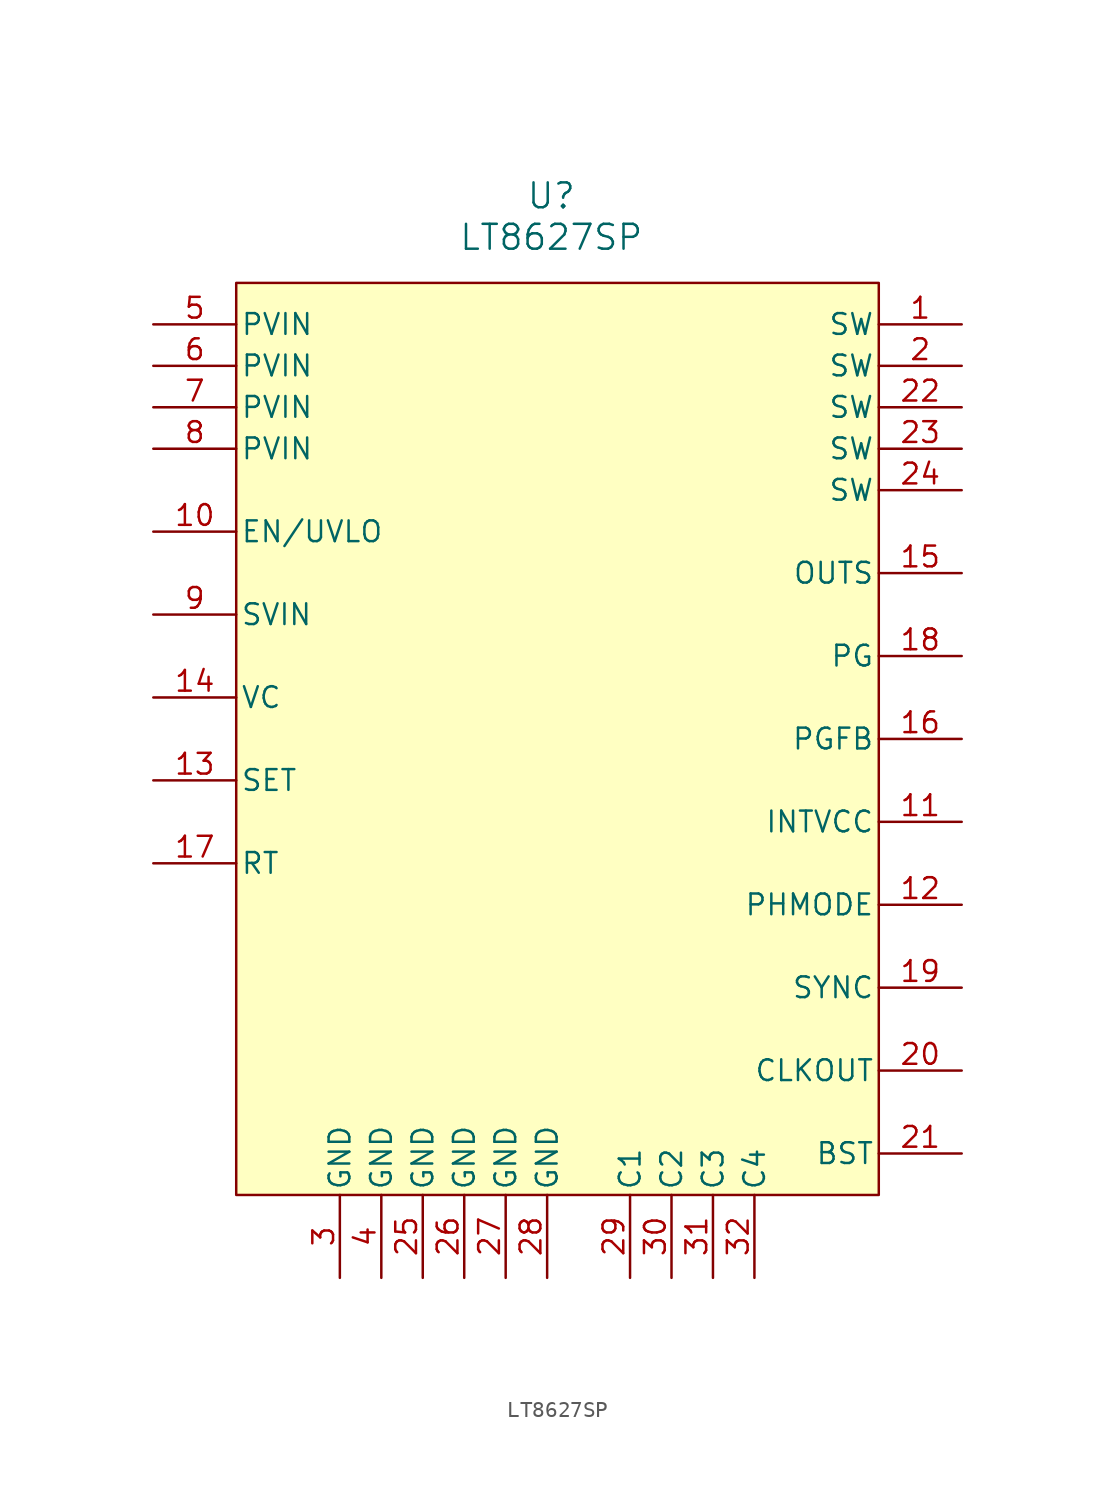
<source format=kicad_sym>
(kicad_symbol_lib
  (version 20241209)
  (generator "kicad_symbol_editor")
  (generator_version "9.0")
  (symbol "LT8627SP"
    (pin_names
      (offset 0.254))
    (property "Reference" "U"
      (at 0.254 30.734 0)
      (effects (font (size 1.524 1.524))))
    (property "Value" "LT8627SP"
      (at 0.254 28.194 0)
      (effects (font (size 1.524 1.524))))
    (symbol "LT8627SP_1_1"
      (rectangle (start -19.05 25.4) (end 20.32 -30.48) (stroke (width 0) (type solid)) (fill (type background)))
      (pin power_in line (at -24.13 22.86 0) (length 5.08) (name "PVIN" (effects (font (size 1.27 1.27)))) (number "5" (effects (font (size 1.27 1.27)))))
      (pin power_in line (at -24.13 20.32 0) (length 5.08) (name "PVIN" (effects (font (size 1.27 1.27)))) (number "6" (effects (font (size 1.27 1.27)))))
      (pin power_in line (at -24.13 17.78 0) (length 5.08) (name "PVIN" (effects (font (size 1.27 1.27)))) (number "7" (effects (font (size 1.27 1.27)))))
      (pin power_in line (at -24.13 15.24 0) (length 5.08) (name "PVIN" (effects (font (size 1.27 1.27)))) (number "8" (effects (font (size 1.27 1.27)))))
      (pin unspecified line (at -24.13 10.16 0) (length 5.08) (name "EN/UVLO" (effects (font (size 1.27 1.27)))) (number "10" (effects (font (size 1.27 1.27)))))
      (pin unspecified line (at -24.13 5.08 0) (length 5.08) (name "SVIN" (effects (font (size 1.27 1.27)))) (number "9" (effects (font (size 1.27 1.27)))))
      (pin unspecified line (at -24.13 0 0) (length 5.08) (name "VC" (effects (font (size 1.27 1.27)))) (number "14" (effects (font (size 1.27 1.27)))))
      (pin unspecified line (at -24.13 -5.08 0) (length 5.08) (name "SET" (effects (font (size 1.27 1.27)))) (number "13" (effects (font (size 1.27 1.27)))))
      (pin unspecified line (at -24.13 -10.16 0) (length 5.08) (name "RT" (effects (font (size 1.27 1.27)))) (number "17" (effects (font (size 1.27 1.27)))))
      (pin power_out line (at -12.7 -35.56 90) (length 5.08) (name "GND" (effects (font (size 1.27 1.27)))) (number "3" (effects (font (size 1.27 1.27)))))
      (pin power_out line (at -10.16 -35.56 90) (length 5.08) (name "GND" (effects (font (size 1.27 1.27)))) (number "4" (effects (font (size 1.27 1.27)))))
      (pin power_out line (at -7.62 -35.56 90) (length 5.08) (name "GND" (effects (font (size 1.27 1.27)))) (number "25" (effects (font (size 1.27 1.27)))))
      (pin power_out line (at -5.08 -35.56 90) (length 5.08) (name "GND" (effects (font (size 1.27 1.27)))) (number "26" (effects (font (size 1.27 1.27)))))
      (pin power_out line (at -2.54 -35.56 90) (length 5.08) (name "GND" (effects (font (size 1.27 1.27)))) (number "27" (effects (font (size 1.27 1.27)))))
      (pin power_out line (at 0 -35.56 90) (length 5.08) (name "GND" (effects (font (size 1.27 1.27)))) (number "28" (effects (font (size 1.27 1.27)))))
      (pin free line (at 5.08 -35.56 90) (length 5.08) (name "C1" (effects (font (size 1.27 1.27)))) (number "29" (effects (font (size 1.27 1.27)))))
      (pin free line (at 7.62 -35.56 90) (length 5.08) (name "C2" (effects (font (size 1.27 1.27)))) (number "30" (effects (font (size 1.27 1.27)))))
      (pin free line (at 10.16 -35.56 90) (length 5.08) (name "C3" (effects (font (size 1.27 1.27)))) (number "31" (effects (font (size 1.27 1.27)))))
      (pin free line (at 12.7 -35.56 90) (length 5.08) (name "C4" (effects (font (size 1.27 1.27)))) (number "32" (effects (font (size 1.27 1.27)))))
      (pin unspecified line (at 25.4 22.86 180) (length 5.08) (name "SW" (effects (font (size 1.27 1.27)))) (number "1" (effects (font (size 1.27 1.27)))))
      (pin unspecified line (at 25.4 20.32 180) (length 5.08) (name "SW" (effects (font (size 1.27 1.27)))) (number "2" (effects (font (size 1.27 1.27)))))
      (pin unspecified line (at 25.4 17.78 180) (length 5.08) (name "SW" (effects (font (size 1.27 1.27)))) (number "22" (effects (font (size 1.27 1.27)))))
      (pin unspecified line (at 25.4 15.24 180) (length 5.08) (name "SW" (effects (font (size 1.27 1.27)))) (number "23" (effects (font (size 1.27 1.27)))))
      (pin unspecified line (at 25.4 12.7 180) (length 5.08) (name "SW" (effects (font (size 1.27 1.27)))) (number "24" (effects (font (size 1.27 1.27)))))
      (pin unspecified line (at 25.4 7.62 180) (length 5.08) (name "OUTS" (effects (font (size 1.27 1.27)))) (number "15" (effects (font (size 1.27 1.27)))))
      (pin unspecified line (at 25.4 2.54 180) (length 5.08) (name "PG" (effects (font (size 1.27 1.27)))) (number "18" (effects (font (size 1.27 1.27)))))
      (pin unspecified line (at 25.4 -2.54 180) (length 5.08) (name "PGFB" (effects (font (size 1.27 1.27)))) (number "16" (effects (font (size 1.27 1.27)))))
      (pin unspecified line (at 25.4 -7.62 180) (length 5.08) (name "INTVCC" (effects (font (size 1.27 1.27)))) (number "11" (effects (font (size 1.27 1.27)))))
      (pin unspecified line (at 25.4 -12.7 180) (length 5.08) (name "PHMODE" (effects (font (size 1.27 1.27)))) (number "12" (effects (font (size 1.27 1.27)))))
      (pin unspecified line (at 25.4 -17.78 180) (length 5.08) (name "SYNC" (effects (font (size 1.27 1.27)))) (number "19" (effects (font (size 1.27 1.27)))))
      (pin output line (at 25.4 -22.86 180) (length 5.08) (name "CLKOUT" (effects (font (size 1.27 1.27)))) (number "20" (effects (font (size 1.27 1.27)))))
      (pin unspecified line (at 25.4 -27.94 180) (length 5.08) (name "BST" (effects (font (size 1.27 1.27)))) (number "21" (effects (font (size 1.27 1.27))))))))
</source>
